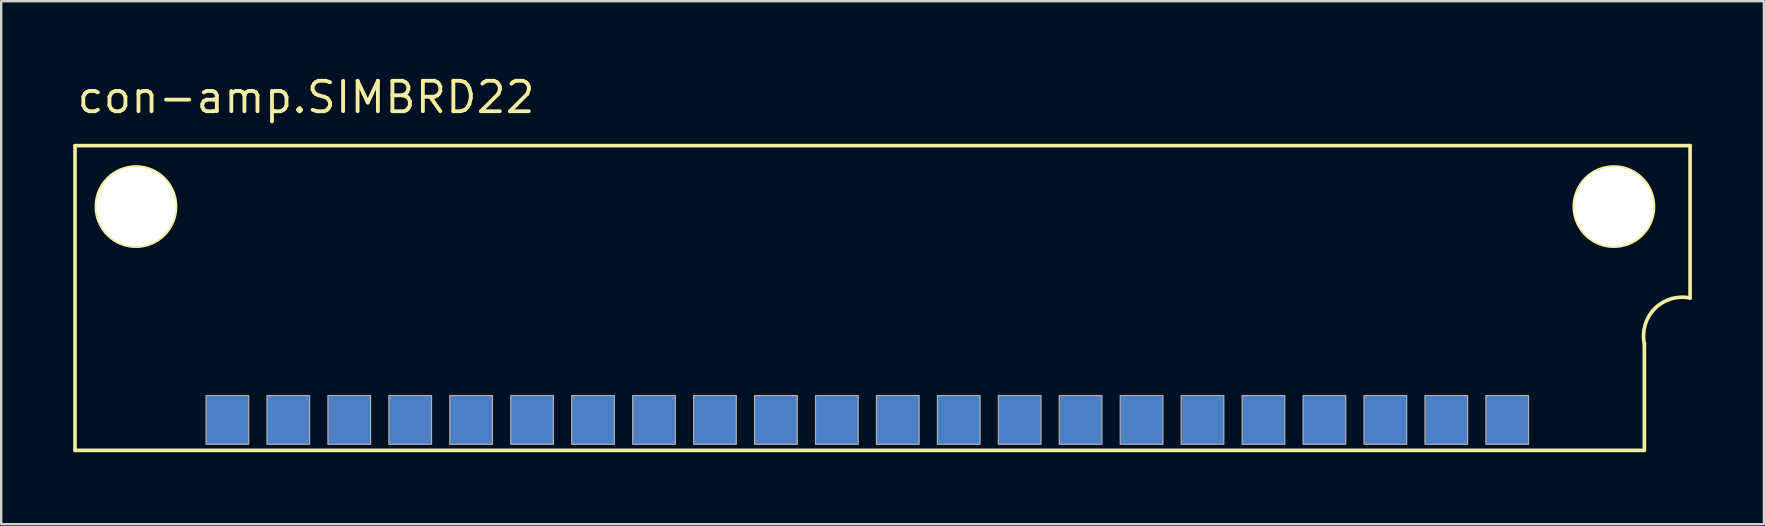
<source format=kicad_pcb>
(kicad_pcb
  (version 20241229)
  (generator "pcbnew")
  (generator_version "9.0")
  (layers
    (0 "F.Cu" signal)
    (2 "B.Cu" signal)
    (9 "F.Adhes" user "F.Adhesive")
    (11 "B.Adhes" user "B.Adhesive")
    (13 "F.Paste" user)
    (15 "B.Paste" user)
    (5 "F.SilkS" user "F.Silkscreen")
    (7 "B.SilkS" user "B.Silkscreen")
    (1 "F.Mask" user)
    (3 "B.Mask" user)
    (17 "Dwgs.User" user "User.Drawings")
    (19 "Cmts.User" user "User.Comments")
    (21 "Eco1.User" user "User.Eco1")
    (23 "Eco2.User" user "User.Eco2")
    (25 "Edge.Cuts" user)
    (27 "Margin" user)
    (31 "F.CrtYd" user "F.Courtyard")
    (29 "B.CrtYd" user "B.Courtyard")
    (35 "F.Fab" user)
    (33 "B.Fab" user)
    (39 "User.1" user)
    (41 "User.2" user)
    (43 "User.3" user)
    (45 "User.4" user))
  (footprint "con-amp.SIMBRD22"
    (layer "B.Cu")
    (at 33.096 8.1)
    (property "Reference" "con-amp.SIMBRD22" (at -33.02 -6.35 0) (layer "F.SilkS") (effects (font (size 1.27 1.27) (thickness 0.16)) (justify left bottom)))
    (attr smd)
    (fp_line (start -33.02 -5.08) (end -33.02 7.62) (stroke (width 0.152) (type default)) (layer "F.SilkS"))
    (fp_line (start -33.02 -5.08) (end 34.29 -5.08) (stroke (width 0.152) (type default)) (layer "F.SilkS"))
    (fp_line (start -33.02 7.62) (end 32.36 7.62) (stroke (width 0.152) (type default)) (layer "F.SilkS"))
    (fp_line (start 32.385 7.62) (end 32.385 3.175) (stroke (width 0.152) (type default)) (layer "F.SilkS"))
    (fp_line (start 34.29 -5.08) (end 34.29 1.27) (stroke (width 0.152) (type default)) (layer "F.SilkS"))
    (fp_arc (start 32.385 3.175) (mid 32.822033 1.707033) (end 34.29 1.27) (stroke (width 0.1524) (type default)) (layer "F.SilkS"))
    (fp_circle (center -30.48 -2.54) (end -28.829 -2.54) (stroke (width 0.152) (type default)) (fill no) (layer "F.SilkS"))
    (fp_circle (center 31.115 -2.54) (end 32.766 -2.54) (stroke (width 0.152) (type default)) (fill no) (layer "F.SilkS"))
    (fp_rect (start -27.559 7.366) (end -25.781 5.334) (stroke (width 0.05) (type default)) (fill no) (layer "F.Fab"))
    (fp_rect (start -25.019 7.366) (end -23.241 5.334) (stroke (width 0.05) (type default)) (fill no) (layer "F.Fab"))
    (fp_rect (start -22.479 7.366) (end -20.701 5.334) (stroke (width 0.05) (type default)) (fill no) (layer "F.Fab"))
    (fp_rect (start -19.939 7.366) (end -18.161 5.334) (stroke (width 0.05) (type default)) (fill no) (layer "F.Fab"))
    (fp_rect (start -17.399 7.366) (end -15.621 5.334) (stroke (width 0.05) (type default)) (fill no) (layer "F.Fab"))
    (fp_rect (start -14.859 7.366) (end -13.081 5.334) (stroke (width 0.05) (type default)) (fill no) (layer "F.Fab"))
    (fp_rect (start -12.319 7.366) (end -10.541 5.334) (stroke (width 0.05) (type default)) (fill no) (layer "F.Fab"))
    (fp_rect (start -9.779 7.366) (end -8.001 5.334) (stroke (width 0.05) (type default)) (fill no) (layer "F.Fab"))
    (fp_rect (start -7.239 7.366) (end -5.461 5.334) (stroke (width 0.05) (type default)) (fill no) (layer "F.Fab"))
    (fp_rect (start -4.699 7.366) (end -2.921 5.334) (stroke (width 0.05) (type default)) (fill no) (layer "F.Fab"))
    (fp_rect (start -2.159 7.366) (end -0.381 5.334) (stroke (width 0.05) (type default)) (fill no) (layer "F.Fab"))
    (fp_rect (start 0.381 7.366) (end 2.159 5.334) (stroke (width 0.05) (type default)) (fill no) (layer "F.Fab"))
    (fp_rect (start 2.921 7.366) (end 4.699 5.334) (stroke (width 0.05) (type default)) (fill no) (layer "F.Fab"))
    (fp_rect (start 5.461 7.366) (end 7.239 5.334) (stroke (width 0.05) (type default)) (fill no) (layer "F.Fab"))
    (fp_rect (start 8.001 7.366) (end 9.779 5.334) (stroke (width 0.05) (type default)) (fill no) (layer "F.Fab"))
    (fp_rect (start 10.541 7.366) (end 12.319 5.334) (stroke (width 0.05) (type default)) (fill no) (layer "F.Fab"))
    (fp_rect (start 13.081 7.366) (end 14.859 5.334) (stroke (width 0.05) (type default)) (fill no) (layer "F.Fab"))
    (fp_rect (start 15.621 7.366) (end 17.399 5.334) (stroke (width 0.05) (type default)) (fill no) (layer "F.Fab"))
    (fp_rect (start 18.161 7.366) (end 19.939 5.334) (stroke (width 0.05) (type default)) (fill no) (layer "F.Fab"))
    (fp_rect (start 20.701 7.366) (end 22.479 5.334) (stroke (width 0.05) (type default)) (fill no) (layer "F.Fab"))
    (fp_rect (start 23.241 7.366) (end 25.019 5.334) (stroke (width 0.05) (type default)) (fill no) (layer "F.Fab"))
    (fp_rect (start 25.781 7.366) (end 27.559 5.334) (stroke (width 0.05) (type default)) (fill no) (layer "F.Fab"))
    (pad "" np_thru_hole circle (at -30.48 -2.54) (size 3.302 3.302) (drill 3.302) (layers "*.Cu" "*.Mask"))
    (pad "" np_thru_hole circle (at 31.115 -2.54) (size 3.302 3.302) (drill 3.302) (layers "*.Cu" "*.Mask"))
    (pad "1B" smd roundrect (at 26.67 6.35) (size 1.778 2.032) (layers "B.Cu" "B.Mask" "B.Paste") (roundrect_rratio 0.01))
    (pad "1T" smd roundrect (at 26.67 6.35) (size 1.778 2.032) (layers "F.Cu" "F.Mask" "F.Paste") (roundrect_rratio 0.01))
    (pad "2B" smd roundrect (at 24.13 6.35) (size 1.778 2.032) (layers "B.Cu" "B.Mask" "B.Paste") (roundrect_rratio 0.01))
    (pad "2T" smd roundrect (at 24.13 6.35) (size 1.778 2.032) (layers "F.Cu" "F.Mask" "F.Paste") (roundrect_rratio 0.01))
    (pad "3B" smd roundrect (at 21.59 6.35) (size 1.778 2.032) (layers "B.Cu" "B.Mask" "B.Paste") (roundrect_rratio 0.01))
    (pad "3T" smd roundrect (at 21.59 6.35) (size 1.778 2.032) (layers "F.Cu" "F.Mask" "F.Paste") (roundrect_rratio 0.01))
    (pad "4B" smd roundrect (at 19.05 6.35) (size 1.778 2.032) (layers "B.Cu" "B.Mask" "B.Paste") (roundrect_rratio 0.01))
    (pad "4T" smd roundrect (at 19.05 6.35) (size 1.778 2.032) (layers "F.Cu" "F.Mask" "F.Paste") (roundrect_rratio 0.01))
    (pad "5B" smd roundrect (at 16.51 6.35) (size 1.778 2.032) (layers "B.Cu" "B.Mask" "B.Paste") (roundrect_rratio 0.01))
    (pad "5T" smd roundrect (at 16.51 6.35) (size 1.778 2.032) (layers "F.Cu" "F.Mask" "F.Paste") (roundrect_rratio 0.01))
    (pad "6B" smd roundrect (at 13.97 6.35) (size 1.778 2.032) (layers "B.Cu" "B.Mask" "B.Paste") (roundrect_rratio 0.01))
    (pad "6T" smd roundrect (at 13.97 6.35) (size 1.778 2.032) (layers "F.Cu" "F.Mask" "F.Paste") (roundrect_rratio 0.01))
    (pad "7B" smd roundrect (at 11.43 6.35) (size 1.778 2.032) (layers "B.Cu" "B.Mask" "B.Paste") (roundrect_rratio 0.01))
    (pad "7T" smd roundrect (at 11.43 6.35) (size 1.778 2.032) (layers "F.Cu" "F.Mask" "F.Paste") (roundrect_rratio 0.01))
    (pad "8B" smd roundrect (at 8.89 6.35) (size 1.778 2.032) (layers "B.Cu" "B.Mask" "B.Paste") (roundrect_rratio 0.01))
    (pad "8T" smd roundrect (at 8.89 6.35) (size 1.778 2.032) (layers "F.Cu" "F.Mask" "F.Paste") (roundrect_rratio 0.01))
    (pad "9B" smd roundrect (at 6.35 6.35) (size 1.778 2.032) (layers "B.Cu" "B.Mask" "B.Paste") (roundrect_rratio 0.01))
    (pad "9T" smd roundrect (at 6.35 6.35) (size 1.778 2.032) (layers "F.Cu" "F.Mask" "F.Paste") (roundrect_rratio 0.01))
    (pad "10B" smd roundrect (at 3.81 6.35) (size 1.778 2.032) (layers "B.Cu" "B.Mask" "B.Paste") (roundrect_rratio 0.01))
    (pad "10T" smd roundrect (at 3.81 6.35) (size 1.778 2.032) (layers "F.Cu" "F.Mask" "F.Paste") (roundrect_rratio 0.01))
    (pad "11B" smd roundrect (at 1.27 6.35) (size 1.778 2.032) (layers "B.Cu" "B.Mask" "B.Paste") (roundrect_rratio 0.01))
    (pad "11T" smd roundrect (at 1.27 6.35) (size 1.778 2.032) (layers "F.Cu" "F.Mask" "F.Paste") (roundrect_rratio 0.01))
    (pad "12B" smd roundrect (at -1.27 6.35) (size 1.778 2.032) (layers "B.Cu" "B.Mask" "B.Paste") (roundrect_rratio 0.01))
    (pad "12T" smd roundrect (at -1.27 6.35) (size 1.778 2.032) (layers "F.Cu" "F.Mask" "F.Paste") (roundrect_rratio 0.01))
    (pad "13B" smd roundrect (at -3.81 6.35) (size 1.778 2.032) (layers "B.Cu" "B.Mask" "B.Paste") (roundrect_rratio 0.01))
    (pad "13T" smd roundrect (at -3.81 6.35) (size 1.778 2.032) (layers "F.Cu" "F.Mask" "F.Paste") (roundrect_rratio 0.01))
    (pad "14B" smd roundrect (at -6.35 6.35) (size 1.778 2.032) (layers "B.Cu" "B.Mask" "B.Paste") (roundrect_rratio 0.01))
    (pad "14T" smd roundrect (at -6.35 6.35) (size 1.778 2.032) (layers "F.Cu" "F.Mask" "F.Paste") (roundrect_rratio 0.01))
    (pad "15B" smd roundrect (at -8.89 6.35) (size 1.778 2.032) (layers "B.Cu" "B.Mask" "B.Paste") (roundrect_rratio 0.01))
    (pad "15T" smd roundrect (at -8.89 6.35) (size 1.778 2.032) (layers "F.Cu" "F.Mask" "F.Paste") (roundrect_rratio 0.01))
    (pad "16B" smd roundrect (at -11.43 6.35) (size 1.778 2.032) (layers "B.Cu" "B.Mask" "B.Paste") (roundrect_rratio 0.01))
    (pad "16T" smd roundrect (at -11.43 6.35) (size 1.778 2.032) (layers "F.Cu" "F.Mask" "F.Paste") (roundrect_rratio 0.01))
    (pad "17B" smd roundrect (at -13.97 6.35) (size 1.778 2.032) (layers "B.Cu" "B.Mask" "B.Paste") (roundrect_rratio 0.01))
    (pad "17T" smd roundrect (at -13.97 6.35) (size 1.778 2.032) (layers "F.Cu" "F.Mask" "F.Paste") (roundrect_rratio 0.01))
    (pad "18B" smd roundrect (at -16.51 6.35) (size 1.778 2.032) (layers "B.Cu" "B.Mask" "B.Paste") (roundrect_rratio 0.01))
    (pad "18T" smd roundrect (at -16.51 6.35) (size 1.778 2.032) (layers "F.Cu" "F.Mask" "F.Paste") (roundrect_rratio 0.01))
    (pad "19B" smd roundrect (at -19.05 6.35) (size 1.778 2.032) (layers "B.Cu" "B.Mask" "B.Paste") (roundrect_rratio 0.01))
    (pad "19T" smd roundrect (at -19.05 6.35) (size 1.778 2.032) (layers "F.Cu" "F.Mask" "F.Paste") (roundrect_rratio 0.01))
    (pad "20B" smd roundrect (at -21.59 6.35) (size 1.778 2.032) (layers "B.Cu" "B.Mask" "B.Paste") (roundrect_rratio 0.01))
    (pad "20T" smd roundrect (at -21.59 6.35) (size 1.778 2.032) (layers "F.Cu" "F.Mask" "F.Paste") (roundrect_rratio 0.01))
    (pad "21B" smd roundrect (at -24.13 6.35) (size 1.778 2.032) (layers "B.Cu" "B.Mask" "B.Paste") (roundrect_rratio 0.01))
    (pad "21T" smd roundrect (at -24.13 6.35) (size 1.778 2.032) (layers "F.Cu" "F.Mask" "F.Paste") (roundrect_rratio 0.01))
    (pad "22B" smd roundrect (at -26.67 6.35) (size 1.778 2.032) (layers "B.Cu" "B.Mask" "B.Paste") (roundrect_rratio 0.01))
    (pad "22T" smd roundrect (at -26.67 6.35) (size 1.778 2.032) (layers "F.Cu" "F.Mask" "F.Paste") (roundrect_rratio 0.01)))
  (gr_rect
    (start -3 -3)
    (end 70.462 18.796)
    (stroke (width 0.1) (type default))
    (fill no)
    (layer "Edge.Cuts")))
</source>
